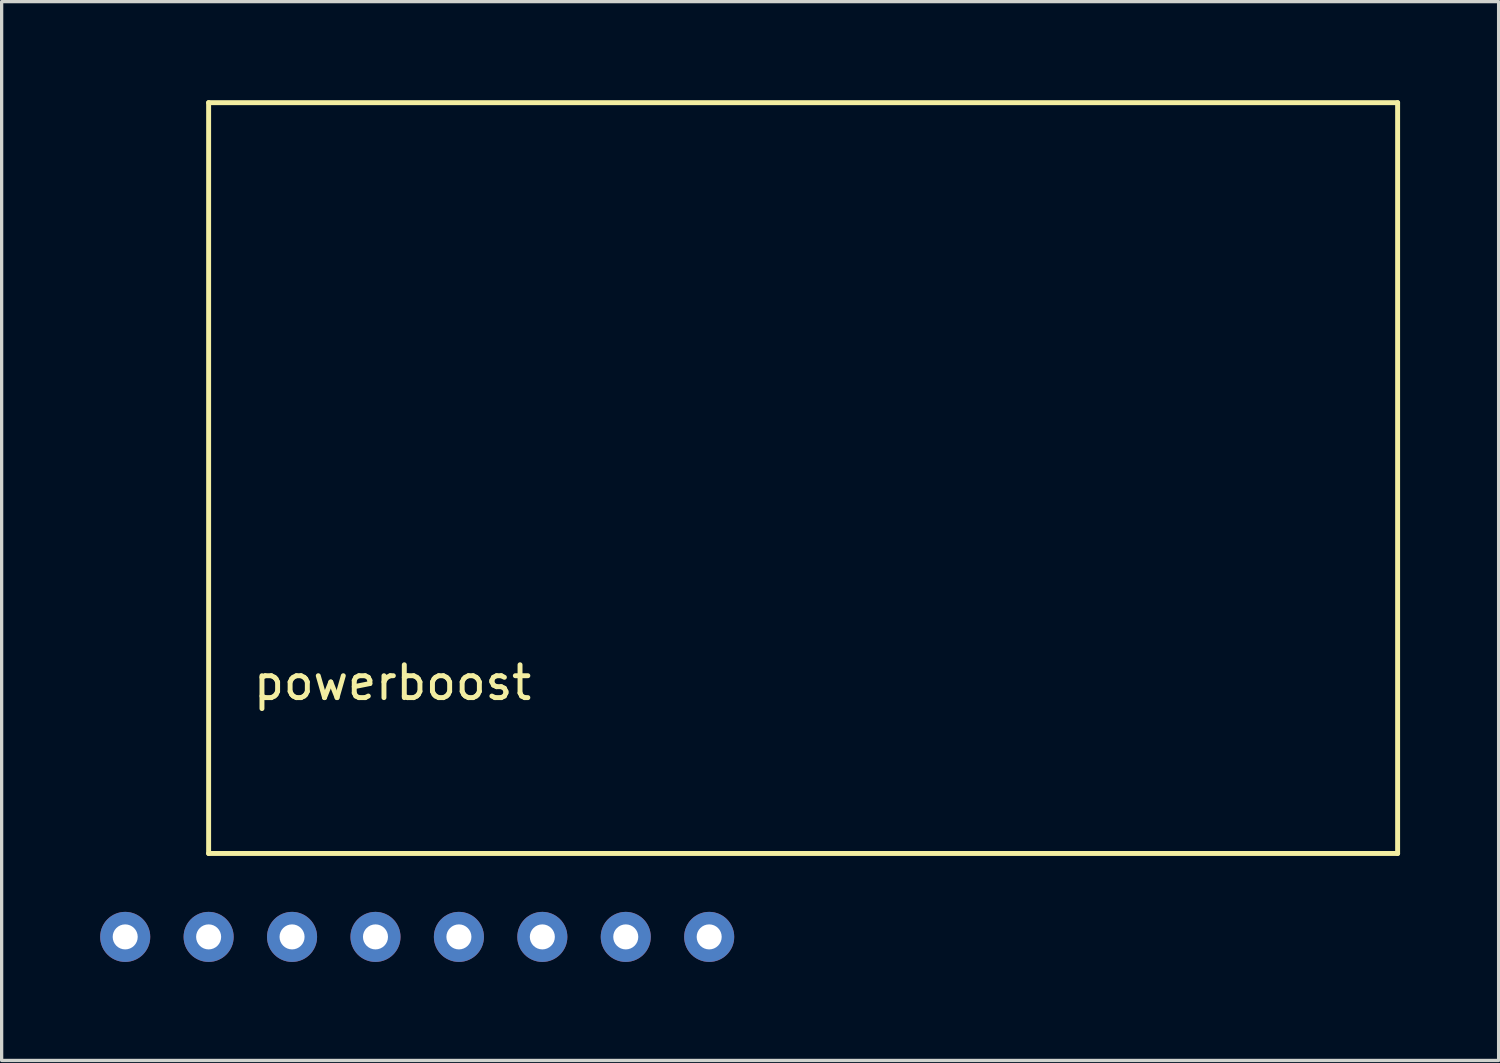
<source format=kicad_pcb>
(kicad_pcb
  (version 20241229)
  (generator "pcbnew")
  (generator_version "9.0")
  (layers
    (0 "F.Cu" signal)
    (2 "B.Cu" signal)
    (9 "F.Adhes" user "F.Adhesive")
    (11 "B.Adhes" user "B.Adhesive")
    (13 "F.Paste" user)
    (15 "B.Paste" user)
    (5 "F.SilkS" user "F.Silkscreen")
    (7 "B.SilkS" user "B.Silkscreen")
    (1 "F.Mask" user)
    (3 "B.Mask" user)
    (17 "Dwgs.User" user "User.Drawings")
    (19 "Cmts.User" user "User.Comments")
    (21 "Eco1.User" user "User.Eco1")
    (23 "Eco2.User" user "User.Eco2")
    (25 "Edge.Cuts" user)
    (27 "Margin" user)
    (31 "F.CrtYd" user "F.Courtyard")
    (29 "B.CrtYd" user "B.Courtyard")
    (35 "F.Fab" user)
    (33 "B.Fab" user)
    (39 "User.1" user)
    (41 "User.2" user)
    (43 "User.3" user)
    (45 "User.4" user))
  (footprint "powerboost"
    (layer "F.Cu")
    (at 3.302 22.935)
    (property "Reference" "powerboost" (at 5.6 -5.2 0) (layer "F.SilkS") (effects (font (size 1 1) (thickness 0.15))))
    (attr through_hole)
    (fp_line (start 0 -22.86) (end 0 0) (stroke (width 0.15) (type solid)) (layer "F.SilkS"))
    (fp_line (start 0 0) (end 36.2 0) (stroke (width 0.15) (type solid)) (layer "F.SilkS"))
    (fp_line (start 36.2 -22.86) (end 0 -22.86) (stroke (width 0.15) (type solid)) (layer "F.SilkS"))
    (fp_line (start 36.2 0) (end 36.2 -22.86) (stroke (width 0.15) (type solid)) (layer "F.SilkS"))
    (pad "1" thru_hole circle (at -2.54 2.54) (size 1.524 1.524) (drill 0.762) (layers "*.Cu" "*.Mask"))
    (pad "2" thru_hole circle (at 0 2.54) (size 1.524 1.524) (drill 0.762) (layers "*.Cu" "*.Mask"))
    (pad "3" thru_hole circle (at 2.54 2.54) (size 1.524 1.524) (drill 0.762) (layers "*.Cu" "*.Mask"))
    (pad "4" thru_hole circle (at 5.08 2.54) (size 1.524 1.524) (drill 0.762) (layers "*.Cu" "*.Mask"))
    (pad "5" thru_hole circle (at 7.62 2.54) (size 1.524 1.524) (drill 0.762) (layers "*.Cu" "*.Mask"))
    (pad "6" thru_hole circle (at 10.16 2.54) (size 1.524 1.524) (drill 0.762) (layers "*.Cu" "*.Mask"))
    (pad "7" thru_hole circle (at 12.7 2.54) (size 1.524 1.524) (drill 0.762) (layers "*.Cu" "*.Mask"))
    (pad "8" thru_hole circle (at 15.24 2.54) (size 1.524 1.524) (drill 0.762) (layers "*.Cu" "*.Mask")))
  (gr_rect
    (start -3 -3)
    (end 42.577 29.237)
    (stroke (width 0.1) (type default))
    (fill no)
    (layer "Edge.Cuts")))
</source>
